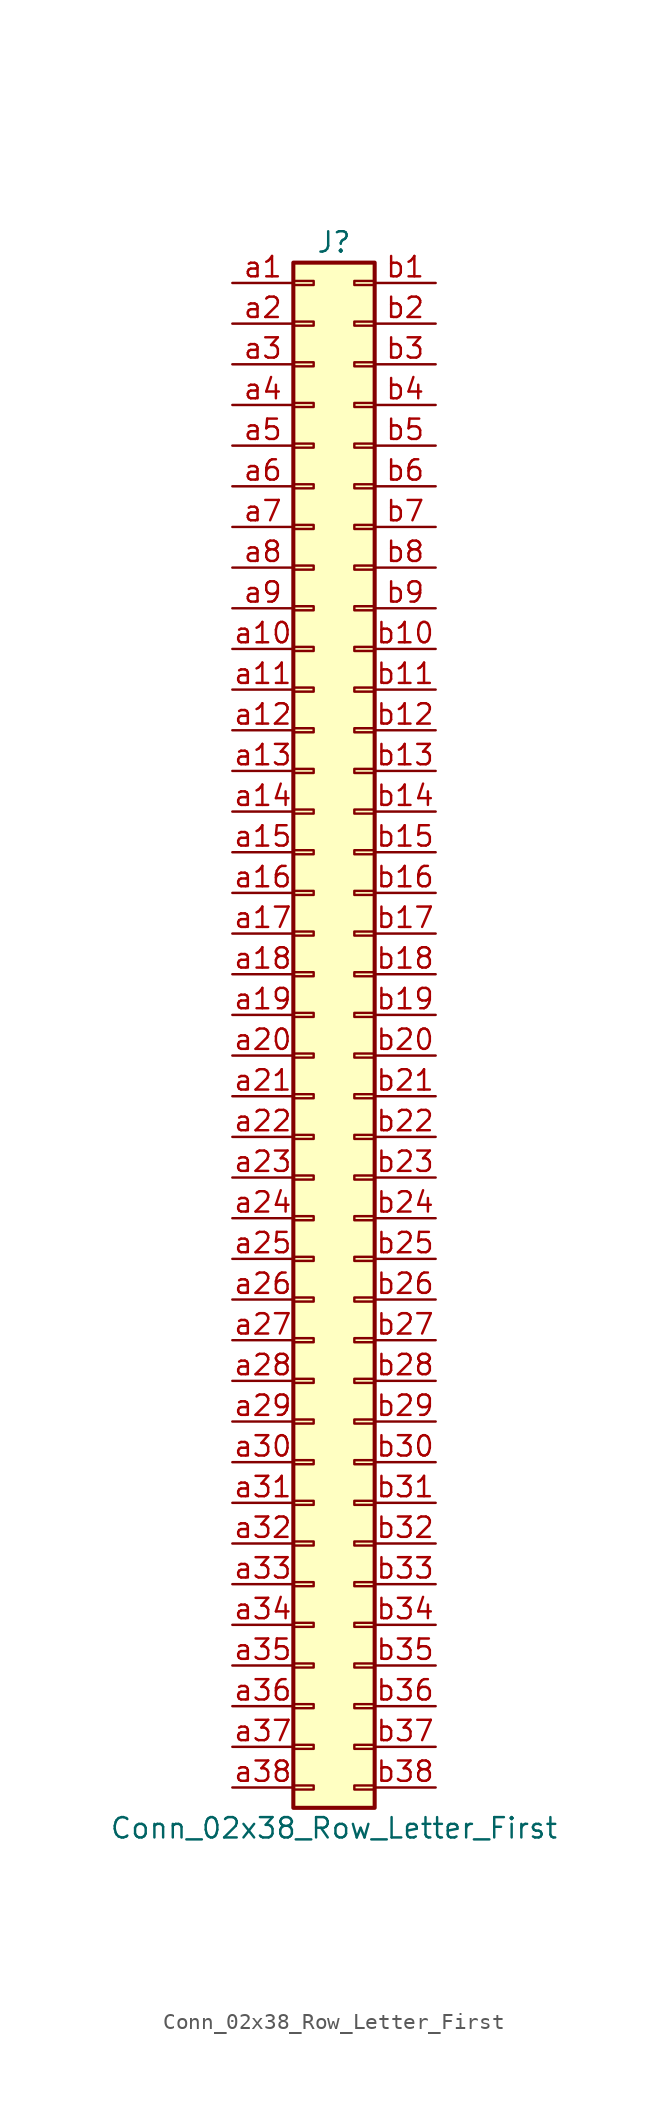
<source format=kicad_sym>
(kicad_symbol_lib
  (version 20201005)
  (generator kicad_symbol_editor)
  (symbol "Conn_02x38_Row_Letter_First"
    (pin_names
      (offset 1.016) hide)
    (property "Reference" "J"
      (at 1.27 48.26 0)
      (effects (font (size 1.27 1.27))))
    (property "Value" "Conn_02x38_Row_Letter_First"
      (at 1.27 -50.8 0)
      (effects (font (size 1.27 1.27))))
    (symbol "Conn_02x38_Row_Letter_First_1_1"
      (rectangle (start -1.27 -48.133) (end 0 -48.387) (stroke (width 0.152)) (fill (type none)))
      (rectangle (start -1.27 -45.593) (end 0 -45.847) (stroke (width 0.152)) (fill (type none)))
      (rectangle (start -1.27 -43.053) (end 0 -43.307) (stroke (width 0.152)) (fill (type none)))
      (rectangle (start -1.27 -40.513) (end 0 -40.767) (stroke (width 0.152)) (fill (type none)))
      (rectangle (start -1.27 -37.973) (end 0 -38.227) (stroke (width 0.152)) (fill (type none)))
      (rectangle (start -1.27 -35.433) (end 0 -35.687) (stroke (width 0.152)) (fill (type none)))
      (rectangle (start -1.27 -32.893) (end 0 -33.147) (stroke (width 0.152)) (fill (type none)))
      (rectangle (start -1.27 -30.353) (end 0 -30.607) (stroke (width 0.152)) (fill (type none)))
      (rectangle (start -1.27 -27.813) (end 0 -28.067) (stroke (width 0.152)) (fill (type none)))
      (rectangle (start -1.27 -25.273) (end 0 -25.527) (stroke (width 0.152)) (fill (type none)))
      (rectangle (start -1.27 -22.733) (end 0 -22.987) (stroke (width 0.152)) (fill (type none)))
      (rectangle (start -1.27 -20.193) (end 0 -20.447) (stroke (width 0.152)) (fill (type none)))
      (rectangle (start -1.27 -17.653) (end 0 -17.907) (stroke (width 0.152)) (fill (type none)))
      (rectangle (start -1.27 -15.113) (end 0 -15.367) (stroke (width 0.152)) (fill (type none)))
      (rectangle (start -1.27 -12.573) (end 0 -12.827) (stroke (width 0.152)) (fill (type none)))
      (rectangle (start -1.27 -10.033) (end 0 -10.287) (stroke (width 0.152)) (fill (type none)))
      (rectangle (start -1.27 -7.493) (end 0 -7.747) (stroke (width 0.152)) (fill (type none)))
      (rectangle (start -1.27 -4.953) (end 0 -5.207) (stroke (width 0.152)) (fill (type none)))
      (rectangle (start -1.27 -2.413) (end 0 -2.667) (stroke (width 0.152)) (fill (type none)))
      (rectangle (start -1.27 0.127) (end 0 -0.127) (stroke (width 0.152)) (fill (type none)))
      (rectangle (start -1.27 2.667) (end 0 2.413) (stroke (width 0.152)) (fill (type none)))
      (rectangle (start -1.27 5.207) (end 0 4.953) (stroke (width 0.152)) (fill (type none)))
      (rectangle (start -1.27 7.747) (end 0 7.493) (stroke (width 0.152)) (fill (type none)))
      (rectangle (start -1.27 10.287) (end 0 10.033) (stroke (width 0.152)) (fill (type none)))
      (rectangle (start -1.27 12.827) (end 0 12.573) (stroke (width 0.152)) (fill (type none)))
      (rectangle (start -1.27 15.367) (end 0 15.113) (stroke (width 0.152)) (fill (type none)))
      (rectangle (start -1.27 17.907) (end 0 17.653) (stroke (width 0.152)) (fill (type none)))
      (rectangle (start -1.27 20.447) (end 0 20.193) (stroke (width 0.152)) (fill (type none)))
      (rectangle (start -1.27 22.987) (end 0 22.733) (stroke (width 0.152)) (fill (type none)))
      (rectangle (start -1.27 25.527) (end 0 25.273) (stroke (width 0.152)) (fill (type none)))
      (rectangle (start -1.27 28.067) (end 0 27.813) (stroke (width 0.152)) (fill (type none)))
      (rectangle (start -1.27 30.607) (end 0 30.353) (stroke (width 0.152)) (fill (type none)))
      (rectangle (start -1.27 33.147) (end 0 32.893) (stroke (width 0.152)) (fill (type none)))
      (rectangle (start -1.27 35.687) (end 0 35.433) (stroke (width 0.152)) (fill (type none)))
      (rectangle (start -1.27 38.227) (end 0 37.973) (stroke (width 0.152)) (fill (type none)))
      (rectangle (start -1.27 40.767) (end 0 40.513) (stroke (width 0.152)) (fill (type none)))
      (rectangle (start -1.27 43.307) (end 0 43.053) (stroke (width 0.152)) (fill (type none)))
      (rectangle (start -1.27 45.847) (end 0 45.593) (stroke (width 0.152)) (fill (type none)))
      (rectangle (start 3.81 -48.133) (end 2.54 -48.387) (stroke (width 0.152)) (fill (type none)))
      (rectangle (start 3.81 -45.593) (end 2.54 -45.847) (stroke (width 0.152)) (fill (type none)))
      (rectangle (start 3.81 -43.053) (end 2.54 -43.307) (stroke (width 0.152)) (fill (type none)))
      (rectangle (start 3.81 -40.513) (end 2.54 -40.767) (stroke (width 0.152)) (fill (type none)))
      (rectangle (start 3.81 -37.973) (end 2.54 -38.227) (stroke (width 0.152)) (fill (type none)))
      (rectangle (start 3.81 -35.433) (end 2.54 -35.687) (stroke (width 0.152)) (fill (type none)))
      (rectangle (start 3.81 -32.893) (end 2.54 -33.147) (stroke (width 0.152)) (fill (type none)))
      (rectangle (start 3.81 -30.353) (end 2.54 -30.607) (stroke (width 0.152)) (fill (type none)))
      (rectangle (start 3.81 -27.813) (end 2.54 -28.067) (stroke (width 0.152)) (fill (type none)))
      (rectangle (start 3.81 -25.273) (end 2.54 -25.527) (stroke (width 0.152)) (fill (type none)))
      (rectangle (start 3.81 -22.733) (end 2.54 -22.987) (stroke (width 0.152)) (fill (type none)))
      (rectangle (start 3.81 -20.193) (end 2.54 -20.447) (stroke (width 0.152)) (fill (type none)))
      (rectangle (start 3.81 -17.653) (end 2.54 -17.907) (stroke (width 0.152)) (fill (type none)))
      (rectangle (start 3.81 -15.113) (end 2.54 -15.367) (stroke (width 0.152)) (fill (type none)))
      (rectangle (start 3.81 -12.573) (end 2.54 -12.827) (stroke (width 0.152)) (fill (type none)))
      (rectangle (start 3.81 -10.033) (end 2.54 -10.287) (stroke (width 0.152)) (fill (type none)))
      (rectangle (start 3.81 -7.493) (end 2.54 -7.747) (stroke (width 0.152)) (fill (type none)))
      (rectangle (start 3.81 -4.953) (end 2.54 -5.207) (stroke (width 0.152)) (fill (type none)))
      (rectangle (start 3.81 -2.413) (end 2.54 -2.667) (stroke (width 0.152)) (fill (type none)))
      (rectangle (start 3.81 0.127) (end 2.54 -0.127) (stroke (width 0.152)) (fill (type none)))
      (rectangle (start 3.81 2.667) (end 2.54 2.413) (stroke (width 0.152)) (fill (type none)))
      (rectangle (start 3.81 5.207) (end 2.54 4.953) (stroke (width 0.152)) (fill (type none)))
      (rectangle (start 3.81 7.747) (end 2.54 7.493) (stroke (width 0.152)) (fill (type none)))
      (rectangle (start 3.81 10.287) (end 2.54 10.033) (stroke (width 0.152)) (fill (type none)))
      (rectangle (start 3.81 12.827) (end 2.54 12.573) (stroke (width 0.152)) (fill (type none)))
      (rectangle (start 3.81 15.367) (end 2.54 15.113) (stroke (width 0.152)) (fill (type none)))
      (rectangle (start 3.81 17.907) (end 2.54 17.653) (stroke (width 0.152)) (fill (type none)))
      (rectangle (start 3.81 20.447) (end 2.54 20.193) (stroke (width 0.152)) (fill (type none)))
      (rectangle (start 3.81 22.987) (end 2.54 22.733) (stroke (width 0.152)) (fill (type none)))
      (rectangle (start 3.81 25.527) (end 2.54 25.273) (stroke (width 0.152)) (fill (type none)))
      (rectangle (start 3.81 28.067) (end 2.54 27.813) (stroke (width 0.152)) (fill (type none)))
      (rectangle (start 3.81 30.607) (end 2.54 30.353) (stroke (width 0.152)) (fill (type none)))
      (rectangle (start 3.81 33.147) (end 2.54 32.893) (stroke (width 0.152)) (fill (type none)))
      (rectangle (start 3.81 35.687) (end 2.54 35.433) (stroke (width 0.152)) (fill (type none)))
      (rectangle (start 3.81 38.227) (end 2.54 37.973) (stroke (width 0.152)) (fill (type none)))
      (rectangle (start 3.81 40.767) (end 2.54 40.513) (stroke (width 0.152)) (fill (type none)))
      (rectangle (start 3.81 43.307) (end 2.54 43.053) (stroke (width 0.152)) (fill (type none)))
      (rectangle (start 3.81 45.847) (end 2.54 45.593) (stroke (width 0.152)) (fill (type none)))
      (rectangle (start -1.27 46.99) (end 3.81 -49.53) (stroke (width 0.254)) (fill (type background)))
      (pin passive line (at -5.08 45.72 0) (length 3.81) (name "Pin_a1" (effects (font (size 1.27 1.27)))) (number "a1" (effects (font (size 1.27 1.27)))))
      (pin passive line (at -5.08 22.86 0) (length 3.81) (name "Pin_a10" (effects (font (size 1.27 1.27)))) (number "a10" (effects (font (size 1.27 1.27)))))
      (pin passive line (at -5.08 20.32 0) (length 3.81) (name "Pin_a11" (effects (font (size 1.27 1.27)))) (number "a11" (effects (font (size 1.27 1.27)))))
      (pin passive line (at -5.08 17.78 0) (length 3.81) (name "Pin_a12" (effects (font (size 1.27 1.27)))) (number "a12" (effects (font (size 1.27 1.27)))))
      (pin passive line (at -5.08 15.24 0) (length 3.81) (name "Pin_a13" (effects (font (size 1.27 1.27)))) (number "a13" (effects (font (size 1.27 1.27)))))
      (pin passive line (at -5.08 12.7 0) (length 3.81) (name "Pin_a14" (effects (font (size 1.27 1.27)))) (number "a14" (effects (font (size 1.27 1.27)))))
      (pin passive line (at -5.08 10.16 0) (length 3.81) (name "Pin_a15" (effects (font (size 1.27 1.27)))) (number "a15" (effects (font (size 1.27 1.27)))))
      (pin passive line (at -5.08 7.62 0) (length 3.81) (name "Pin_a16" (effects (font (size 1.27 1.27)))) (number "a16" (effects (font (size 1.27 1.27)))))
      (pin passive line (at -5.08 5.08 0) (length 3.81) (name "Pin_a17" (effects (font (size 1.27 1.27)))) (number "a17" (effects (font (size 1.27 1.27)))))
      (pin passive line (at -5.08 2.54 0) (length 3.81) (name "Pin_a18" (effects (font (size 1.27 1.27)))) (number "a18" (effects (font (size 1.27 1.27)))))
      (pin passive line (at -5.08 0 0) (length 3.81) (name "Pin_a19" (effects (font (size 1.27 1.27)))) (number "a19" (effects (font (size 1.27 1.27)))))
      (pin passive line (at -5.08 43.18 0) (length 3.81) (name "Pin_a2" (effects (font (size 1.27 1.27)))) (number "a2" (effects (font (size 1.27 1.27)))))
      (pin passive line (at -5.08 -2.54 0) (length 3.81) (name "Pin_a20" (effects (font (size 1.27 1.27)))) (number "a20" (effects (font (size 1.27 1.27)))))
      (pin passive line (at -5.08 -5.08 0) (length 3.81) (name "Pin_a21" (effects (font (size 1.27 1.27)))) (number "a21" (effects (font (size 1.27 1.27)))))
      (pin passive line (at -5.08 -7.62 0) (length 3.81) (name "Pin_a22" (effects (font (size 1.27 1.27)))) (number "a22" (effects (font (size 1.27 1.27)))))
      (pin passive line (at -5.08 -10.16 0) (length 3.81) (name "Pin_a23" (effects (font (size 1.27 1.27)))) (number "a23" (effects (font (size 1.27 1.27)))))
      (pin passive line (at -5.08 -12.7 0) (length 3.81) (name "Pin_a24" (effects (font (size 1.27 1.27)))) (number "a24" (effects (font (size 1.27 1.27)))))
      (pin passive line (at -5.08 -15.24 0) (length 3.81) (name "Pin_a25" (effects (font (size 1.27 1.27)))) (number "a25" (effects (font (size 1.27 1.27)))))
      (pin passive line (at -5.08 -17.78 0) (length 3.81) (name "Pin_a26" (effects (font (size 1.27 1.27)))) (number "a26" (effects (font (size 1.27 1.27)))))
      (pin passive line (at -5.08 -20.32 0) (length 3.81) (name "Pin_a27" (effects (font (size 1.27 1.27)))) (number "a27" (effects (font (size 1.27 1.27)))))
      (pin passive line (at -5.08 -22.86 0) (length 3.81) (name "Pin_a28" (effects (font (size 1.27 1.27)))) (number "a28" (effects (font (size 1.27 1.27)))))
      (pin passive line (at -5.08 -25.4 0) (length 3.81) (name "Pin_a29" (effects (font (size 1.27 1.27)))) (number "a29" (effects (font (size 1.27 1.27)))))
      (pin passive line (at -5.08 40.64 0) (length 3.81) (name "Pin_a3" (effects (font (size 1.27 1.27)))) (number "a3" (effects (font (size 1.27 1.27)))))
      (pin passive line (at -5.08 -27.94 0) (length 3.81) (name "Pin_a30" (effects (font (size 1.27 1.27)))) (number "a30" (effects (font (size 1.27 1.27)))))
      (pin passive line (at -5.08 -30.48 0) (length 3.81) (name "Pin_a31" (effects (font (size 1.27 1.27)))) (number "a31" (effects (font (size 1.27 1.27)))))
      (pin passive line (at -5.08 -33.02 0) (length 3.81) (name "Pin_a32" (effects (font (size 1.27 1.27)))) (number "a32" (effects (font (size 1.27 1.27)))))
      (pin passive line (at -5.08 -35.56 0) (length 3.81) (name "Pin_a33" (effects (font (size 1.27 1.27)))) (number "a33" (effects (font (size 1.27 1.27)))))
      (pin passive line (at -5.08 -38.1 0) (length 3.81) (name "Pin_a34" (effects (font (size 1.27 1.27)))) (number "a34" (effects (font (size 1.27 1.27)))))
      (pin passive line (at -5.08 -40.64 0) (length 3.81) (name "Pin_a35" (effects (font (size 1.27 1.27)))) (number "a35" (effects (font (size 1.27 1.27)))))
      (pin passive line (at -5.08 -43.18 0) (length 3.81) (name "Pin_a36" (effects (font (size 1.27 1.27)))) (number "a36" (effects (font (size 1.27 1.27)))))
      (pin passive line (at -5.08 -45.72 0) (length 3.81) (name "Pin_a37" (effects (font (size 1.27 1.27)))) (number "a37" (effects (font (size 1.27 1.27)))))
      (pin passive line (at -5.08 -48.26 0) (length 3.81) (name "Pin_a38" (effects (font (size 1.27 1.27)))) (number "a38" (effects (font (size 1.27 1.27)))))
      (pin passive line (at -5.08 38.1 0) (length 3.81) (name "Pin_a4" (effects (font (size 1.27 1.27)))) (number "a4" (effects (font (size 1.27 1.27)))))
      (pin passive line (at -5.08 35.56 0) (length 3.81) (name "Pin_a5" (effects (font (size 1.27 1.27)))) (number "a5" (effects (font (size 1.27 1.27)))))
      (pin passive line (at -5.08 33.02 0) (length 3.81) (name "Pin_a6" (effects (font (size 1.27 1.27)))) (number "a6" (effects (font (size 1.27 1.27)))))
      (pin passive line (at -5.08 30.48 0) (length 3.81) (name "Pin_a7" (effects (font (size 1.27 1.27)))) (number "a7" (effects (font (size 1.27 1.27)))))
      (pin passive line (at -5.08 27.94 0) (length 3.81) (name "Pin_a8" (effects (font (size 1.27 1.27)))) (number "a8" (effects (font (size 1.27 1.27)))))
      (pin passive line (at -5.08 25.4 0) (length 3.81) (name "Pin_a9" (effects (font (size 1.27 1.27)))) (number "a9" (effects (font (size 1.27 1.27)))))
      (pin passive line (at 7.62 45.72 180) (length 3.81) (name "Pin_b1" (effects (font (size 1.27 1.27)))) (number "b1" (effects (font (size 1.27 1.27)))))
      (pin passive line (at 7.62 22.86 180) (length 3.81) (name "Pin_b10" (effects (font (size 1.27 1.27)))) (number "b10" (effects (font (size 1.27 1.27)))))
      (pin passive line (at 7.62 20.32 180) (length 3.81) (name "Pin_b11" (effects (font (size 1.27 1.27)))) (number "b11" (effects (font (size 1.27 1.27)))))
      (pin passive line (at 7.62 17.78 180) (length 3.81) (name "Pin_b12" (effects (font (size 1.27 1.27)))) (number "b12" (effects (font (size 1.27 1.27)))))
      (pin passive line (at 7.62 15.24 180) (length 3.81) (name "Pin_b13" (effects (font (size 1.27 1.27)))) (number "b13" (effects (font (size 1.27 1.27)))))
      (pin passive line (at 7.62 12.7 180) (length 3.81) (name "Pin_b14" (effects (font (size 1.27 1.27)))) (number "b14" (effects (font (size 1.27 1.27)))))
      (pin passive line (at 7.62 10.16 180) (length 3.81) (name "Pin_b15" (effects (font (size 1.27 1.27)))) (number "b15" (effects (font (size 1.27 1.27)))))
      (pin passive line (at 7.62 7.62 180) (length 3.81) (name "Pin_b16" (effects (font (size 1.27 1.27)))) (number "b16" (effects (font (size 1.27 1.27)))))
      (pin passive line (at 7.62 5.08 180) (length 3.81) (name "Pin_b17" (effects (font (size 1.27 1.27)))) (number "b17" (effects (font (size 1.27 1.27)))))
      (pin passive line (at 7.62 2.54 180) (length 3.81) (name "Pin_b18" (effects (font (size 1.27 1.27)))) (number "b18" (effects (font (size 1.27 1.27)))))
      (pin passive line (at 7.62 0 180) (length 3.81) (name "Pin_b19" (effects (font (size 1.27 1.27)))) (number "b19" (effects (font (size 1.27 1.27)))))
      (pin passive line (at 7.62 43.18 180) (length 3.81) (name "Pin_b2" (effects (font (size 1.27 1.27)))) (number "b2" (effects (font (size 1.27 1.27)))))
      (pin passive line (at 7.62 -2.54 180) (length 3.81) (name "Pin_b20" (effects (font (size 1.27 1.27)))) (number "b20" (effects (font (size 1.27 1.27)))))
      (pin passive line (at 7.62 -5.08 180) (length 3.81) (name "Pin_b21" (effects (font (size 1.27 1.27)))) (number "b21" (effects (font (size 1.27 1.27)))))
      (pin passive line (at 7.62 -7.62 180) (length 3.81) (name "Pin_b22" (effects (font (size 1.27 1.27)))) (number "b22" (effects (font (size 1.27 1.27)))))
      (pin passive line (at 7.62 -10.16 180) (length 3.81) (name "Pin_b23" (effects (font (size 1.27 1.27)))) (number "b23" (effects (font (size 1.27 1.27)))))
      (pin passive line (at 7.62 -12.7 180) (length 3.81) (name "Pin_b24" (effects (font (size 1.27 1.27)))) (number "b24" (effects (font (size 1.27 1.27)))))
      (pin passive line (at 7.62 -15.24 180) (length 3.81) (name "Pin_b25" (effects (font (size 1.27 1.27)))) (number "b25" (effects (font (size 1.27 1.27)))))
      (pin passive line (at 7.62 -17.78 180) (length 3.81) (name "Pin_b26" (effects (font (size 1.27 1.27)))) (number "b26" (effects (font (size 1.27 1.27)))))
      (pin passive line (at 7.62 -20.32 180) (length 3.81) (name "Pin_b27" (effects (font (size 1.27 1.27)))) (number "b27" (effects (font (size 1.27 1.27)))))
      (pin passive line (at 7.62 -22.86 180) (length 3.81) (name "Pin_b28" (effects (font (size 1.27 1.27)))) (number "b28" (effects (font (size 1.27 1.27)))))
      (pin passive line (at 7.62 -25.4 180) (length 3.81) (name "Pin_b29" (effects (font (size 1.27 1.27)))) (number "b29" (effects (font (size 1.27 1.27)))))
      (pin passive line (at 7.62 40.64 180) (length 3.81) (name "Pin_b3" (effects (font (size 1.27 1.27)))) (number "b3" (effects (font (size 1.27 1.27)))))
      (pin passive line (at 7.62 -27.94 180) (length 3.81) (name "Pin_b30" (effects (font (size 1.27 1.27)))) (number "b30" (effects (font (size 1.27 1.27)))))
      (pin passive line (at 7.62 -30.48 180) (length 3.81) (name "Pin_b31" (effects (font (size 1.27 1.27)))) (number "b31" (effects (font (size 1.27 1.27)))))
      (pin passive line (at 7.62 -33.02 180) (length 3.81) (name "Pin_b32" (effects (font (size 1.27 1.27)))) (number "b32" (effects (font (size 1.27 1.27)))))
      (pin passive line (at 7.62 -35.56 180) (length 3.81) (name "Pin_b33" (effects (font (size 1.27 1.27)))) (number "b33" (effects (font (size 1.27 1.27)))))
      (pin passive line (at 7.62 -38.1 180) (length 3.81) (name "Pin_b34" (effects (font (size 1.27 1.27)))) (number "b34" (effects (font (size 1.27 1.27)))))
      (pin passive line (at 7.62 -40.64 180) (length 3.81) (name "Pin_b35" (effects (font (size 1.27 1.27)))) (number "b35" (effects (font (size 1.27 1.27)))))
      (pin passive line (at 7.62 -43.18 180) (length 3.81) (name "Pin_b36" (effects (font (size 1.27 1.27)))) (number "b36" (effects (font (size 1.27 1.27)))))
      (pin passive line (at 7.62 -45.72 180) (length 3.81) (name "Pin_b37" (effects (font (size 1.27 1.27)))) (number "b37" (effects (font (size 1.27 1.27)))))
      (pin passive line (at 7.62 -48.26 180) (length 3.81) (name "Pin_b38" (effects (font (size 1.27 1.27)))) (number "b38" (effects (font (size 1.27 1.27)))))
      (pin passive line (at 7.62 38.1 180) (length 3.81) (name "Pin_b4" (effects (font (size 1.27 1.27)))) (number "b4" (effects (font (size 1.27 1.27)))))
      (pin passive line (at 7.62 35.56 180) (length 3.81) (name "Pin_b5" (effects (font (size 1.27 1.27)))) (number "b5" (effects (font (size 1.27 1.27)))))
      (pin passive line (at 7.62 33.02 180) (length 3.81) (name "Pin_b6" (effects (font (size 1.27 1.27)))) (number "b6" (effects (font (size 1.27 1.27)))))
      (pin passive line (at 7.62 30.48 180) (length 3.81) (name "Pin_b7" (effects (font (size 1.27 1.27)))) (number "b7" (effects (font (size 1.27 1.27)))))
      (pin passive line (at 7.62 27.94 180) (length 3.81) (name "Pin_b8" (effects (font (size 1.27 1.27)))) (number "b8" (effects (font (size 1.27 1.27)))))
      (pin passive line (at 7.62 25.4 180) (length 3.81) (name "Pin_b9" (effects (font (size 1.27 1.27)))) (number "b9" (effects (font (size 1.27 1.27))))))))
</source>
